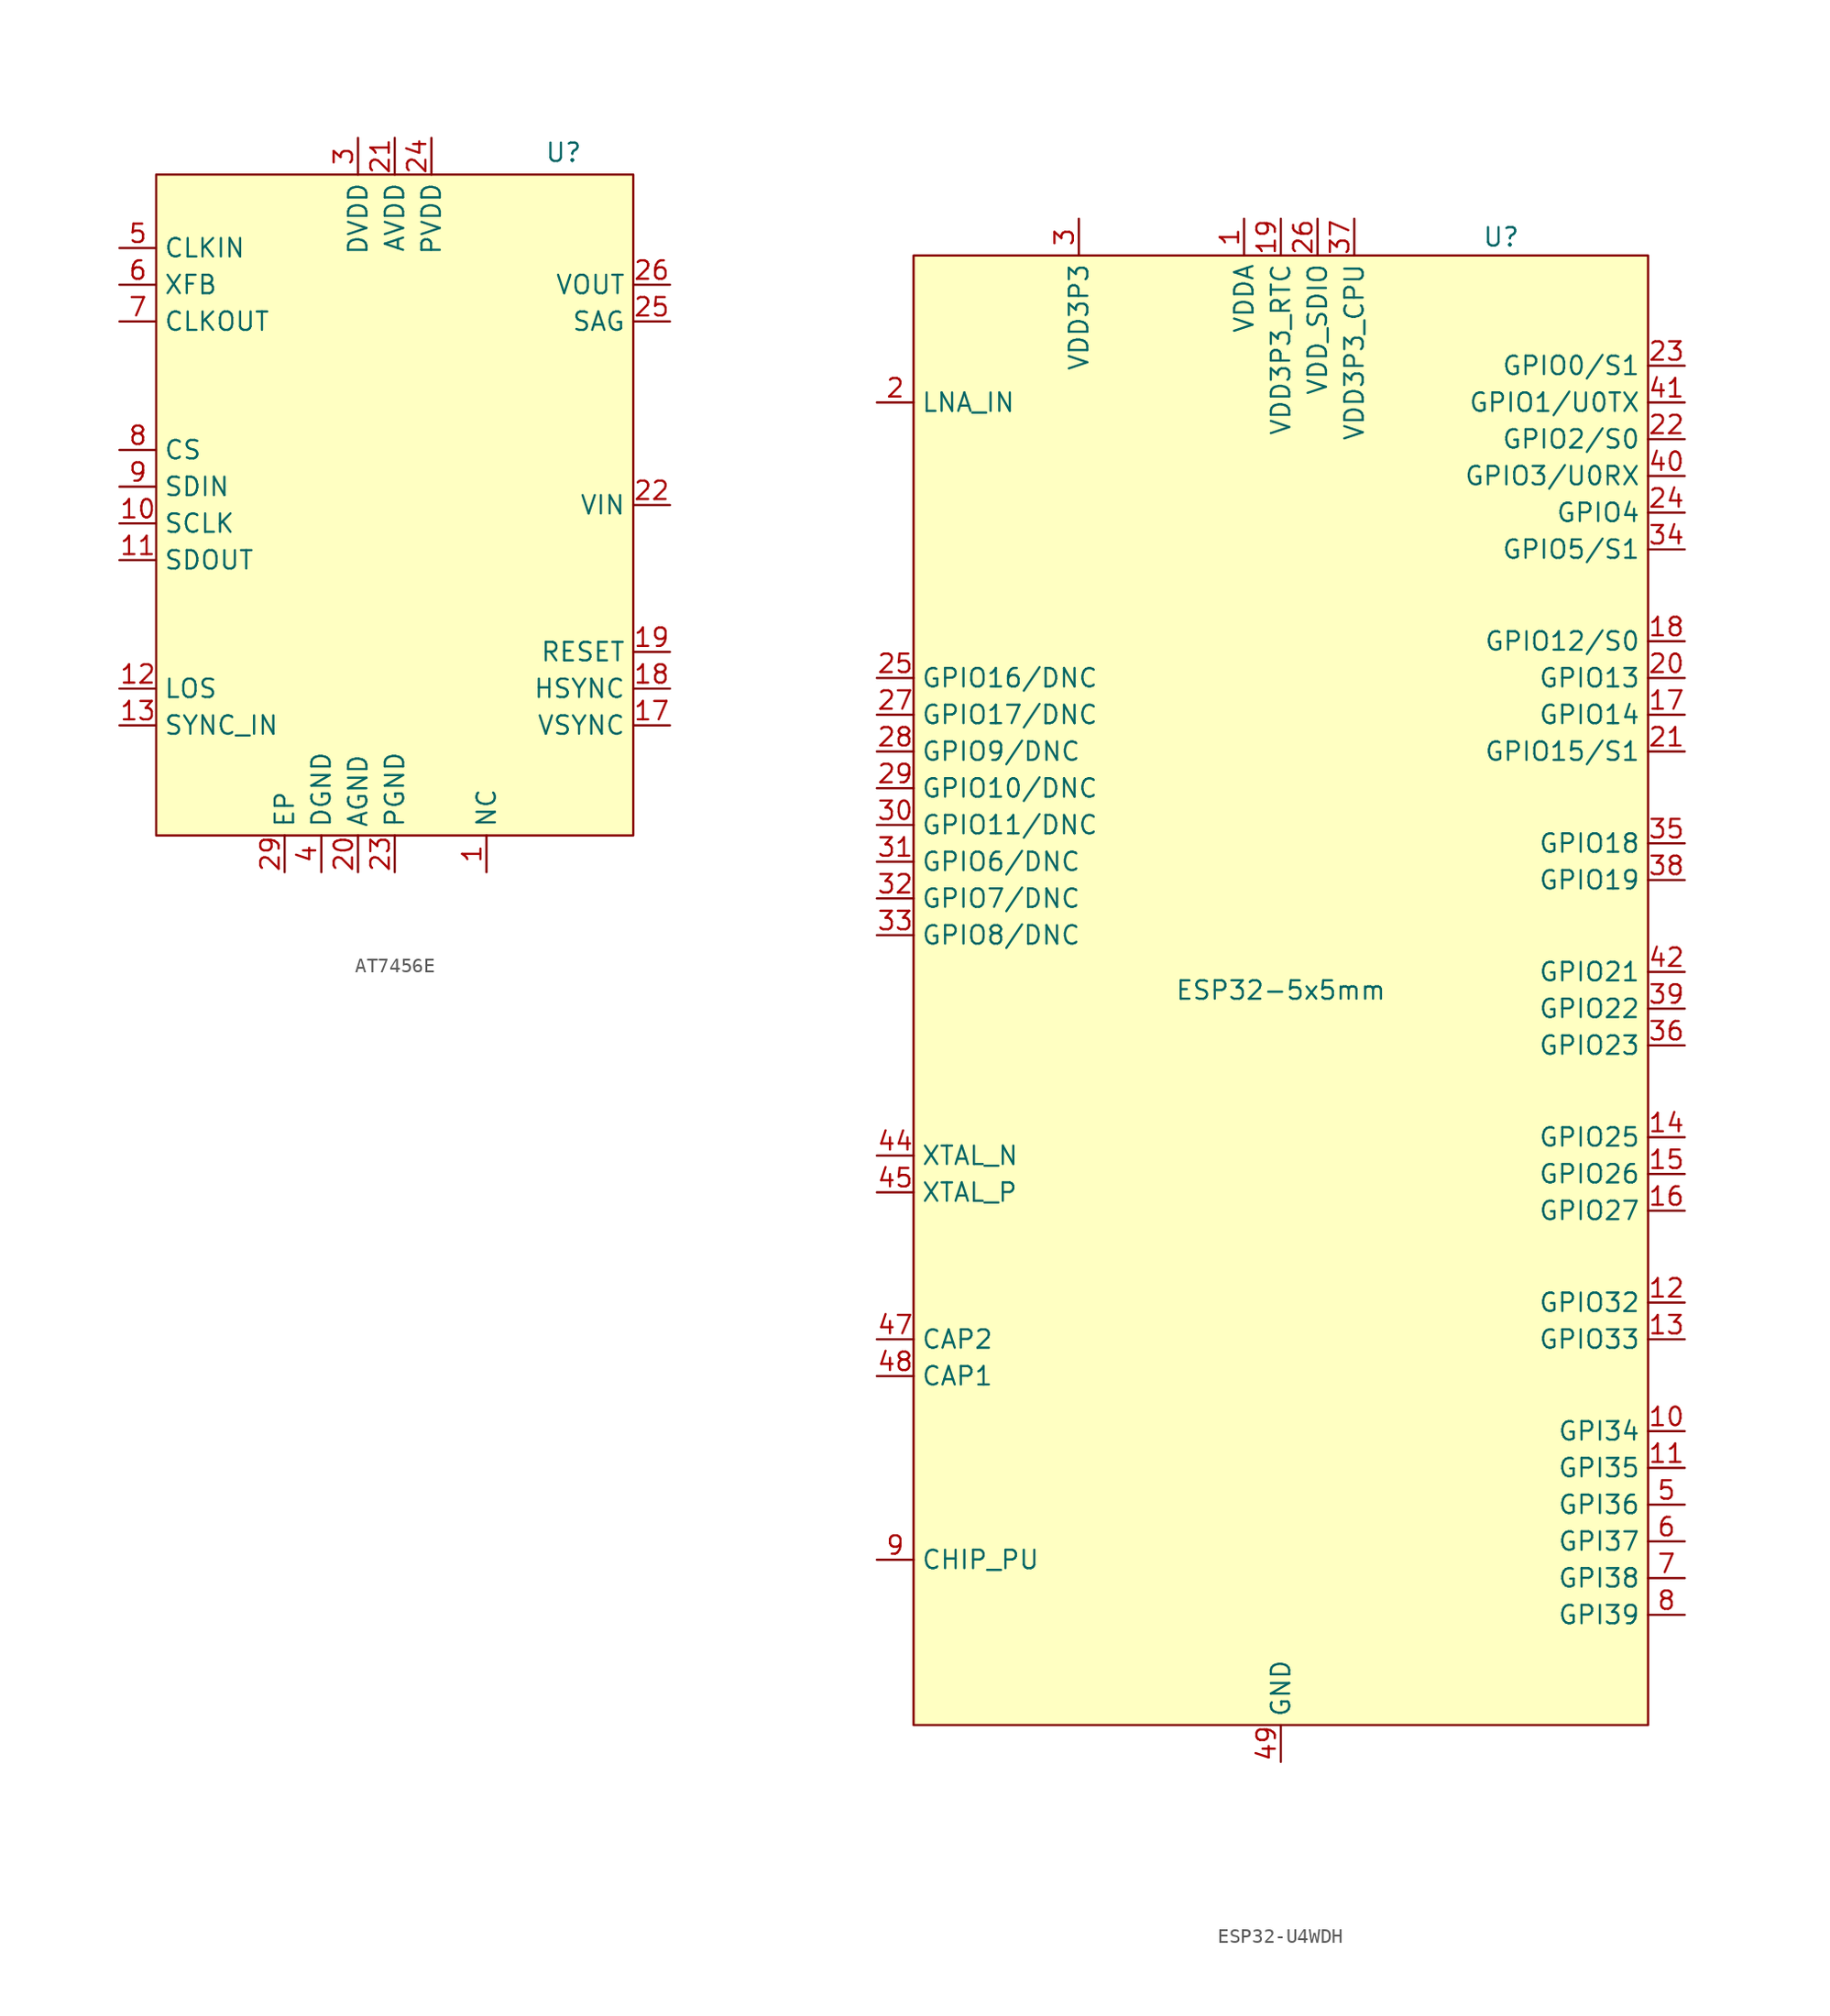
<source format=kicad_sym>
(kicad_symbol_lib
  (version 20241209)
  (generator "kicad_symbol_editor")
  (generator_version "9.0")
  (symbol "AT7456E"
    (property "Reference" "U"
      (at 11.684 24.384 0)
      (effects (font (size 1.27 1.27))))
    (property "Value" ""
      (at 0 0 0)
      (effects (font (size 1.27 1.27))))
    (symbol "AT7456E_1_1"
      (rectangle (start -16.51 22.86) (end 16.51 -22.86) (stroke (width 0) (type default)) (fill (type background)))
      (pin input line (at -19.05 17.78 0) (length 2.54) (name "CLKIN" (effects (font (size 1.27 1.27)))) (number "5" (effects (font (size 1.27 1.27)))))
      (pin output line (at -19.05 15.24 0) (length 2.54) (name "XFB" (effects (font (size 1.27 1.27)))) (number "6" (effects (font (size 1.27 1.27)))))
      (pin output line (at -19.05 12.7 0) (length 2.54) (name "CLKOUT" (effects (font (size 1.27 1.27)))) (number "7" (effects (font (size 1.27 1.27)))))
      (pin input line (at -19.05 3.81 0) (length 2.54) (name "CS" (effects (font (size 1.27 1.27)))) (number "8" (effects (font (size 1.27 1.27)))))
      (pin input line (at -19.05 1.27 0) (length 2.54) (name "SDIN" (effects (font (size 1.27 1.27)))) (number "9" (effects (font (size 1.27 1.27)))))
      (pin input line (at -19.05 -1.27 0) (length 2.54) (name "SCLK" (effects (font (size 1.27 1.27)))) (number "10" (effects (font (size 1.27 1.27)))))
      (pin output line (at -19.05 -3.81 0) (length 2.54) (name "SDOUT" (effects (font (size 1.27 1.27)))) (number "11" (effects (font (size 1.27 1.27)))))
      (pin output line (at -19.05 -12.7 0) (length 2.54) (name "LOS" (effects (font (size 1.27 1.27)))) (number "12" (effects (font (size 1.27 1.27)))))
      (pin input line (at -19.05 -15.24 0) (length 2.54) (name "SYNC_IN" (effects (font (size 1.27 1.27)))) (number "13" (effects (font (size 1.27 1.27)))))
      (pin power_in line (at -7.62 -25.4 90) (length 2.54) (name "EP" (effects (font (size 1.27 1.27)))) (number "29" (effects (font (size 1.27 1.27)))))
      (pin power_in line (at -5.08 -25.4 90) (length 2.54) (name "DGND" (effects (font (size 1.27 1.27)))) (number "4" (effects (font (size 1.27 1.27)))))
      (pin power_in line (at -2.54 25.4 270) (length 2.54) (name "DVDD" (effects (font (size 1.27 1.27)))) (number "3" (effects (font (size 1.27 1.27)))))
      (pin power_in line (at -2.54 -25.4 90) (length 2.54) (name "AGND" (effects (font (size 1.27 1.27)))) (number "20" (effects (font (size 1.27 1.27)))))
      (pin power_in line (at 0 25.4 270) (length 2.54) (name "AVDD" (effects (font (size 1.27 1.27)))) (number "21" (effects (font (size 1.27 1.27)))))
      (pin power_in line (at 0 -25.4 90) (length 2.54) (name "PGND" (effects (font (size 1.27 1.27)))) (number "23" (effects (font (size 1.27 1.27)))))
      (pin power_in line (at 2.54 25.4 270) (length 2.54) (name "PVDD" (effects (font (size 1.27 1.27)))) (number "24" (effects (font (size 1.27 1.27)))))
      (pin passive line (at 6.35 -25.4 90) (length 2.54) (name "NC" (effects (font (size 1.27 1.27)))) (number "1" (effects (font (size 1.27 1.27)))))
      (pin passive line (at 6.35 -25.4 90) (length 2.54) (hide yes) (name "NC" (effects (font (size 1.27 1.27)))) (number "14" (effects (font (size 1.27 1.27)))))
      (pin passive line (at 6.35 -25.4 90) (length 2.54) (hide yes) (name "NC" (effects (font (size 1.27 1.27)))) (number "15" (effects (font (size 1.27 1.27)))))
      (pin passive line (at 6.35 -25.4 90) (length 2.54) (hide yes) (name "NC" (effects (font (size 1.27 1.27)))) (number "16" (effects (font (size 1.27 1.27)))))
      (pin passive line (at 6.35 -25.4 90) (length 2.54) (hide yes) (name "NC" (effects (font (size 1.27 1.27)))) (number "2" (effects (font (size 1.27 1.27)))))
      (pin passive line (at 6.35 -25.4 90) (length 2.54) (hide yes) (name "NC" (effects (font (size 1.27 1.27)))) (number "26" (effects (font (size 1.27 1.27)))))
      (pin passive line (at 6.35 -25.4 90) (length 2.54) (hide yes) (name "NC" (effects (font (size 1.27 1.27)))) (number "27" (effects (font (size 1.27 1.27)))))
      (pin passive line (at 6.35 -25.4 90) (length 2.54) (hide yes) (name "NC" (effects (font (size 1.27 1.27)))) (number "28" (effects (font (size 1.27 1.27)))))
      (pin output line (at 19.05 15.24 180) (length 2.54) (name "VOUT" (effects (font (size 1.27 1.27)))) (number "26" (effects (font (size 1.27 1.27)))))
      (pin output line (at 19.05 12.7 180) (length 2.54) (name "SAG" (effects (font (size 1.27 1.27)))) (number "25" (effects (font (size 1.27 1.27)))))
      (pin input line (at 19.05 0 180) (length 2.54) (name "VIN" (effects (font (size 1.27 1.27)))) (number "22" (effects (font (size 1.27 1.27)))))
      (pin input line (at 19.05 -10.16 180) (length 2.54) (name "RESET" (effects (font (size 1.27 1.27)))) (number "19" (effects (font (size 1.27 1.27)))))
      (pin output line (at 19.05 -12.7 180) (length 2.54) (name "HSYNC" (effects (font (size 1.27 1.27)))) (number "18" (effects (font (size 1.27 1.27)))))
      (pin output line (at 19.05 -15.24 180) (length 2.54) (name "VSYNC" (effects (font (size 1.27 1.27)))) (number "17" (effects (font (size 1.27 1.27)))))))
  (symbol "ESP32-U4WDH"
    (property "Reference" "U"
      (at 15.24 52.07 0)
      (effects (font (size 1.27 1.27))))
    (property "Value" "ESP32-5x5mm"
      (at 0 0 0)
      (effects (font (size 1.27 1.27))))
    (symbol "ESP32-U4WDH_1_1"
      (rectangle (start -25.4 50.8) (end 25.4 -50.8) (stroke (width 0) (type default)) (fill (type background)))
      (pin bidirectional line (at -27.94 40.64 0) (length 2.54) (name "LNA_IN" (effects (font (size 1.27 1.27)))) (number "2" (effects (font (size 1.27 1.27)))))
      (pin bidirectional line (at -27.94 21.59 0) (length 2.54) (name "GPIO16/DNC" (effects (font (size 1.27 1.27)))) (number "25" (effects (font (size 1.27 1.27)))))
      (pin bidirectional line (at -27.94 19.05 0) (length 2.54) (name "GPIO17/DNC" (effects (font (size 1.27 1.27)))) (number "27" (effects (font (size 1.27 1.27)))))
      (pin bidirectional line (at -27.94 16.51 0) (length 2.54) (name "GPIO9/DNC" (effects (font (size 1.27 1.27)))) (number "28" (effects (font (size 1.27 1.27)))))
      (pin bidirectional line (at -27.94 13.97 0) (length 2.54) (name "GPIO10/DNC" (effects (font (size 1.27 1.27)))) (number "29" (effects (font (size 1.27 1.27)))))
      (pin bidirectional line (at -27.94 11.43 0) (length 2.54) (name "GPIO11/DNC" (effects (font (size 1.27 1.27)))) (number "30" (effects (font (size 1.27 1.27)))))
      (pin bidirectional line (at -27.94 8.89 0) (length 2.54) (name "GPIO6/DNC" (effects (font (size 1.27 1.27)))) (number "31" (effects (font (size 1.27 1.27)))))
      (pin bidirectional line (at -27.94 6.35 0) (length 2.54) (name "GPIO7/DNC" (effects (font (size 1.27 1.27)))) (number "32" (effects (font (size 1.27 1.27)))))
      (pin bidirectional line (at -27.94 3.81 0) (length 2.54) (name "GPIO8/DNC" (effects (font (size 1.27 1.27)))) (number "33" (effects (font (size 1.27 1.27)))))
      (pin bidirectional line (at -27.94 -11.43 0) (length 2.54) (name "XTAL_N" (effects (font (size 1.27 1.27)))) (number "44" (effects (font (size 1.27 1.27)))))
      (pin bidirectional line (at -27.94 -13.97 0) (length 2.54) (name "XTAL_P" (effects (font (size 1.27 1.27)))) (number "45" (effects (font (size 1.27 1.27)))))
      (pin bidirectional line (at -27.94 -24.13 0) (length 2.54) (name "CAP2" (effects (font (size 1.27 1.27)))) (number "47" (effects (font (size 1.27 1.27)))))
      (pin bidirectional line (at -27.94 -26.67 0) (length 2.54) (name "CAP1" (effects (font (size 1.27 1.27)))) (number "48" (effects (font (size 1.27 1.27)))))
      (pin input line (at -27.94 -39.37 0) (length 2.54) (name "CHIP_PU" (effects (font (size 1.27 1.27)))) (number "9" (effects (font (size 1.27 1.27)))))
      (pin power_in line (at -13.97 53.34 270) (length 2.54) (name "VDD3P3" (effects (font (size 1.27 1.27)))) (number "3" (effects (font (size 1.27 1.27)))))
      (pin power_in line (at -13.97 53.34 270) (length 2.54) (hide yes) (name "VDD3P3" (effects (font (size 1.27 1.27)))) (number "4" (effects (font (size 1.27 1.27)))))
      (pin power_in line (at -2.54 53.34 270) (length 2.54) (name "VDDA" (effects (font (size 1.27 1.27)))) (number "1" (effects (font (size 1.27 1.27)))))
      (pin power_in line (at -2.54 53.34 270) (length 2.54) (hide yes) (name "VDDA" (effects (font (size 1.27 1.27)))) (number "43" (effects (font (size 1.27 1.27)))))
      (pin power_in line (at -2.54 53.34 270) (length 2.54) (hide yes) (name "VDDA" (effects (font (size 1.27 1.27)))) (number "46" (effects (font (size 1.27 1.27)))))
      (pin power_in line (at 0 53.34 270) (length 2.54) (name "VDD3P3_RTC" (effects (font (size 1.27 1.27)))) (number "19" (effects (font (size 1.27 1.27)))))
      (pin power_in line (at 0 -53.34 90) (length 2.54) (name "GND" (effects (font (size 1.27 1.27)))) (number "49" (effects (font (size 1.27 1.27)))))
      (pin power_in line (at 2.54 53.34 270) (length 2.54) (name "VDD_SDIO" (effects (font (size 1.27 1.27)))) (number "26" (effects (font (size 1.27 1.27)))))
      (pin power_in line (at 5.08 53.34 270) (length 2.54) (name "VDD3P3_CPU" (effects (font (size 1.27 1.27)))) (number "37" (effects (font (size 1.27 1.27)))))
      (pin bidirectional line (at 27.94 43.18 180) (length 2.54) (name "GPIO0/S1" (effects (font (size 1.27 1.27)))) (number "23" (effects (font (size 1.27 1.27)))))
      (pin bidirectional line (at 27.94 40.64 180) (length 2.54) (name "GPIO1/U0TX" (effects (font (size 1.27 1.27)))) (number "41" (effects (font (size 1.27 1.27)))))
      (pin bidirectional line (at 27.94 38.1 180) (length 2.54) (name "GPIO2/S0" (effects (font (size 1.27 1.27)))) (number "22" (effects (font (size 1.27 1.27)))))
      (pin bidirectional line (at 27.94 35.56 180) (length 2.54) (name "GPIO3/U0RX" (effects (font (size 1.27 1.27)))) (number "40" (effects (font (size 1.27 1.27)))))
      (pin bidirectional line (at 27.94 33.02 180) (length 2.54) (name "GPIO4" (effects (font (size 1.27 1.27)))) (number "24" (effects (font (size 1.27 1.27)))))
      (pin bidirectional line (at 27.94 30.48 180) (length 2.54) (name "GPIO5/S1" (effects (font (size 1.27 1.27)))) (number "34" (effects (font (size 1.27 1.27)))))
      (pin bidirectional line (at 27.94 24.13 180) (length 2.54) (name "GPIO12/S0" (effects (font (size 1.27 1.27)))) (number "18" (effects (font (size 1.27 1.27)))))
      (pin bidirectional line (at 27.94 21.59 180) (length 2.54) (name "GPIO13" (effects (font (size 1.27 1.27)))) (number "20" (effects (font (size 1.27 1.27)))))
      (pin bidirectional line (at 27.94 19.05 180) (length 2.54) (name "GPIO14" (effects (font (size 1.27 1.27)))) (number "17" (effects (font (size 1.27 1.27)))))
      (pin bidirectional line (at 27.94 16.51 180) (length 2.54) (name "GPIO15/S1" (effects (font (size 1.27 1.27)))) (number "21" (effects (font (size 1.27 1.27)))))
      (pin bidirectional line (at 27.94 10.16 180) (length 2.54) (name "GPIO18" (effects (font (size 1.27 1.27)))) (number "35" (effects (font (size 1.27 1.27)))))
      (pin bidirectional line (at 27.94 7.62 180) (length 2.54) (name "GPIO19" (effects (font (size 1.27 1.27)))) (number "38" (effects (font (size 1.27 1.27)))))
      (pin bidirectional line (at 27.94 1.27 180) (length 2.54) (name "GPIO21" (effects (font (size 1.27 1.27)))) (number "42" (effects (font (size 1.27 1.27)))))
      (pin bidirectional line (at 27.94 -1.27 180) (length 2.54) (name "GPIO22" (effects (font (size 1.27 1.27)))) (number "39" (effects (font (size 1.27 1.27)))))
      (pin bidirectional line (at 27.94 -3.81 180) (length 2.54) (name "GPIO23" (effects (font (size 1.27 1.27)))) (number "36" (effects (font (size 1.27 1.27)))))
      (pin bidirectional line (at 27.94 -10.16 180) (length 2.54) (name "GPIO25" (effects (font (size 1.27 1.27)))) (number "14" (effects (font (size 1.27 1.27)))))
      (pin bidirectional line (at 27.94 -12.7 180) (length 2.54) (name "GPIO26" (effects (font (size 1.27 1.27)))) (number "15" (effects (font (size 1.27 1.27)))))
      (pin bidirectional line (at 27.94 -15.24 180) (length 2.54) (name "GPIO27" (effects (font (size 1.27 1.27)))) (number "16" (effects (font (size 1.27 1.27)))))
      (pin bidirectional line (at 27.94 -21.59 180) (length 2.54) (name "GPIO32" (effects (font (size 1.27 1.27)))) (number "12" (effects (font (size 1.27 1.27)))))
      (pin bidirectional line (at 27.94 -24.13 180) (length 2.54) (name "GPIO33" (effects (font (size 1.27 1.27)))) (number "13" (effects (font (size 1.27 1.27)))))
      (pin input line (at 27.94 -30.48 180) (length 2.54) (name "GPI34" (effects (font (size 1.27 1.27)))) (number "10" (effects (font (size 1.27 1.27)))))
      (pin input line (at 27.94 -33.02 180) (length 2.54) (name "GPI35" (effects (font (size 1.27 1.27)))) (number "11" (effects (font (size 1.27 1.27)))))
      (pin input line (at 27.94 -35.56 180) (length 2.54) (name "GPI36" (effects (font (size 1.27 1.27)))) (number "5" (effects (font (size 1.27 1.27)))))
      (pin input line (at 27.94 -38.1 180) (length 2.54) (name "GPI37" (effects (font (size 1.27 1.27)))) (number "6" (effects (font (size 1.27 1.27)))))
      (pin input line (at 27.94 -40.64 180) (length 2.54) (name "GPI38" (effects (font (size 1.27 1.27)))) (number "7" (effects (font (size 1.27 1.27)))))
      (pin input line (at 27.94 -43.18 180) (length 2.54) (name "GPI39" (effects (font (size 1.27 1.27)))) (number "8" (effects (font (size 1.27 1.27))))))))
</source>
